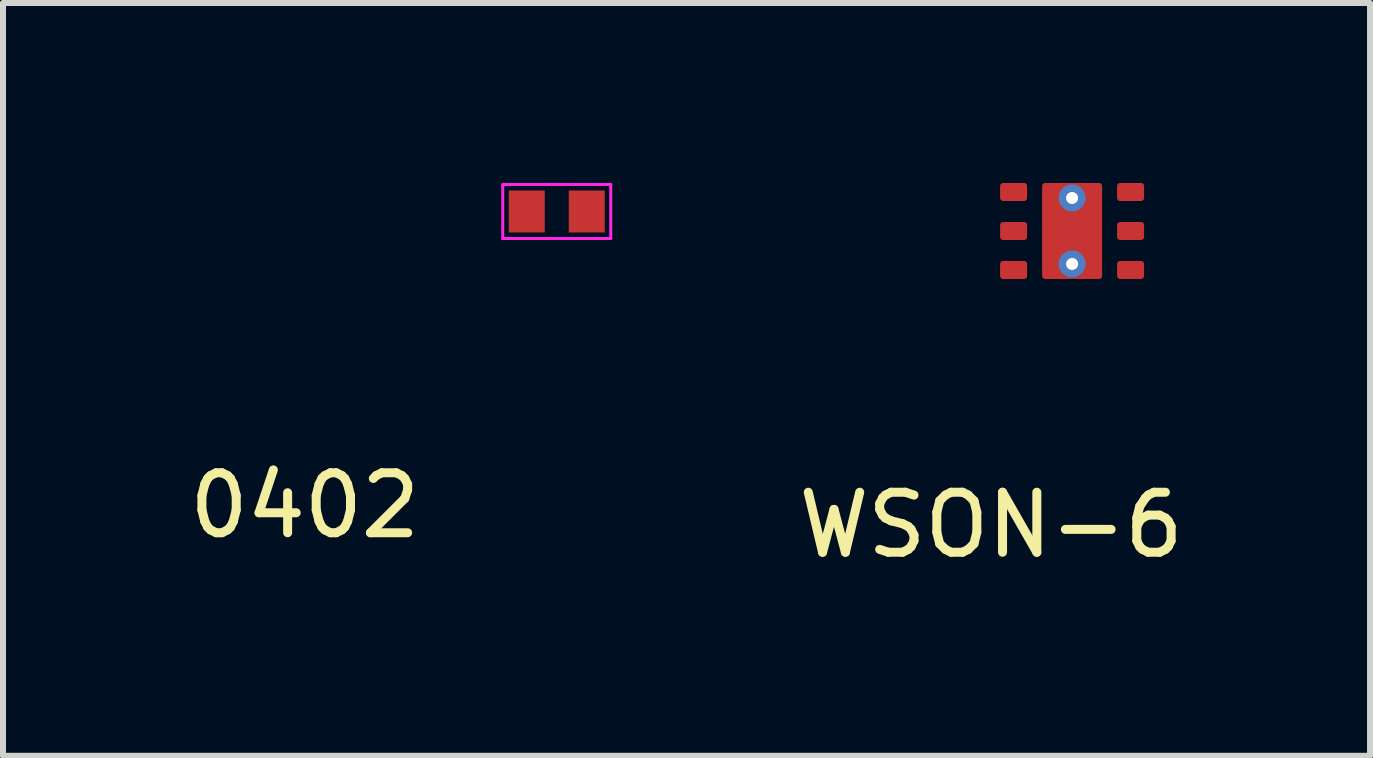
<source format=kicad_pcb>
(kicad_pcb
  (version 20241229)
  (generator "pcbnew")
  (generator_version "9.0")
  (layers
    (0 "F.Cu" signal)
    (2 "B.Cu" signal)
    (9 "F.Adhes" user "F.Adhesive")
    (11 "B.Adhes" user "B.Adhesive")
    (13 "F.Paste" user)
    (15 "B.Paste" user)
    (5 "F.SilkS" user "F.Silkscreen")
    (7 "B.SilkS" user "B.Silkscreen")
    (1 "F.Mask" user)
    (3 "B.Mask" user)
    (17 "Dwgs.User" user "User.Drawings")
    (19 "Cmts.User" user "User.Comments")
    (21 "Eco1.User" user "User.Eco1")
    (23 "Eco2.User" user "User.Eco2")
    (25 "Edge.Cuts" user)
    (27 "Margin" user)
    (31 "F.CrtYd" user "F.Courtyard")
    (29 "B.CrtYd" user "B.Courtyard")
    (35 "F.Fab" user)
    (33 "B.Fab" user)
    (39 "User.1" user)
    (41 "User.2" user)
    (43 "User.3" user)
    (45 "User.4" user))
  (footprint "0402"
    (layer "F.Cu")
    (at 6.23 0.475)
    (property "Reference" "0402" (at -4.2 4.9 0) (layer "F.SilkS") (effects (font (size 1 1) (thickness 0.15))))
    (attr through_hole)
    (fp_line (start -0.9 -0.45) (end 0.9 -0.45) (stroke (width 0.05) (type solid)) (layer "F.CrtYd"))
    (fp_line (start -0.9 0.45) (end -0.9 -0.45) (stroke (width 0.05) (type solid)) (layer "F.CrtYd"))
    (fp_line (start 0.9 -0.45) (end 0.9 0.45) (stroke (width 0.05) (type solid)) (layer "F.CrtYd"))
    (fp_line (start 0.9 0.45) (end -0.9 0.45) (stroke (width 0.05) (type solid)) (layer "F.CrtYd"))
    (pad "1" smd rect (at -0.5 0) (size 0.6 0.7) (layers "F.Cu" "F.Mask" "F.Paste"))
    (pad "2" smd rect (at 0.5 0) (size 0.6 0.7) (layers "F.Cu" "F.Mask" "F.Paste")))
  (footprint "WSON-6"
    (layer "F.Cu")
    (at 14.82 0.8)
    (property "Reference" "WSON-6" (at -1.35 4.9 0) (layer "F.SilkS") (effects (font (size 1 1) (thickness 0.15))))
    (attr through_hole)
    (pad "1" smd roundrect (at -0.975 -0.65) (size 0.45 0.3) (layers "F.Cu" "F.Mask" "F.Paste") (roundrect_rratio 0.167))
    (pad "2" smd roundrect (at -0.975 0) (size 0.45 0.3) (layers "F.Cu" "F.Mask" "F.Paste") (roundrect_rratio 0.167))
    (pad "3" smd roundrect (at -0.975 0.65) (size 0.45 0.3) (layers "F.Cu" "F.Mask" "F.Paste") (roundrect_rratio 0.167))
    (pad "3" thru_hole circle (at 0 -0.55) (size 0.45 0.45) (drill 0.2) (layers "*.Cu" "*.Mask"))
    (pad "3" smd roundrect (at 0 0) (size 1 1.6) (layers "F.Cu" "F.Mask" "F.Paste") (roundrect_rratio 0.05))
    (pad "3" thru_hole circle (at 0 0.55) (size 0.45 0.45) (drill 0.2) (layers "*.Cu" "*.Mask"))
    (pad "4" smd roundrect (at 0.975 0.65) (size 0.45 0.3) (layers "F.Cu" "F.Mask" "F.Paste") (roundrect_rratio 0.167))
    (pad "5" smd roundrect (at 0.975 0) (size 0.45 0.3) (layers "F.Cu" "F.Mask" "F.Paste") (roundrect_rratio 0.167))
    (pad "6" smd roundrect (at 0.975 -0.65) (size 0.45 0.3) (layers "F.Cu" "F.Mask" "F.Paste") (roundrect_rratio 0.167)))
  (gr_rect
    (start -3 -3)
    (end 19.786 9.548)
    (stroke (width 0.1) (type default))
    (fill no)
    (layer "Edge.Cuts")))
</source>
